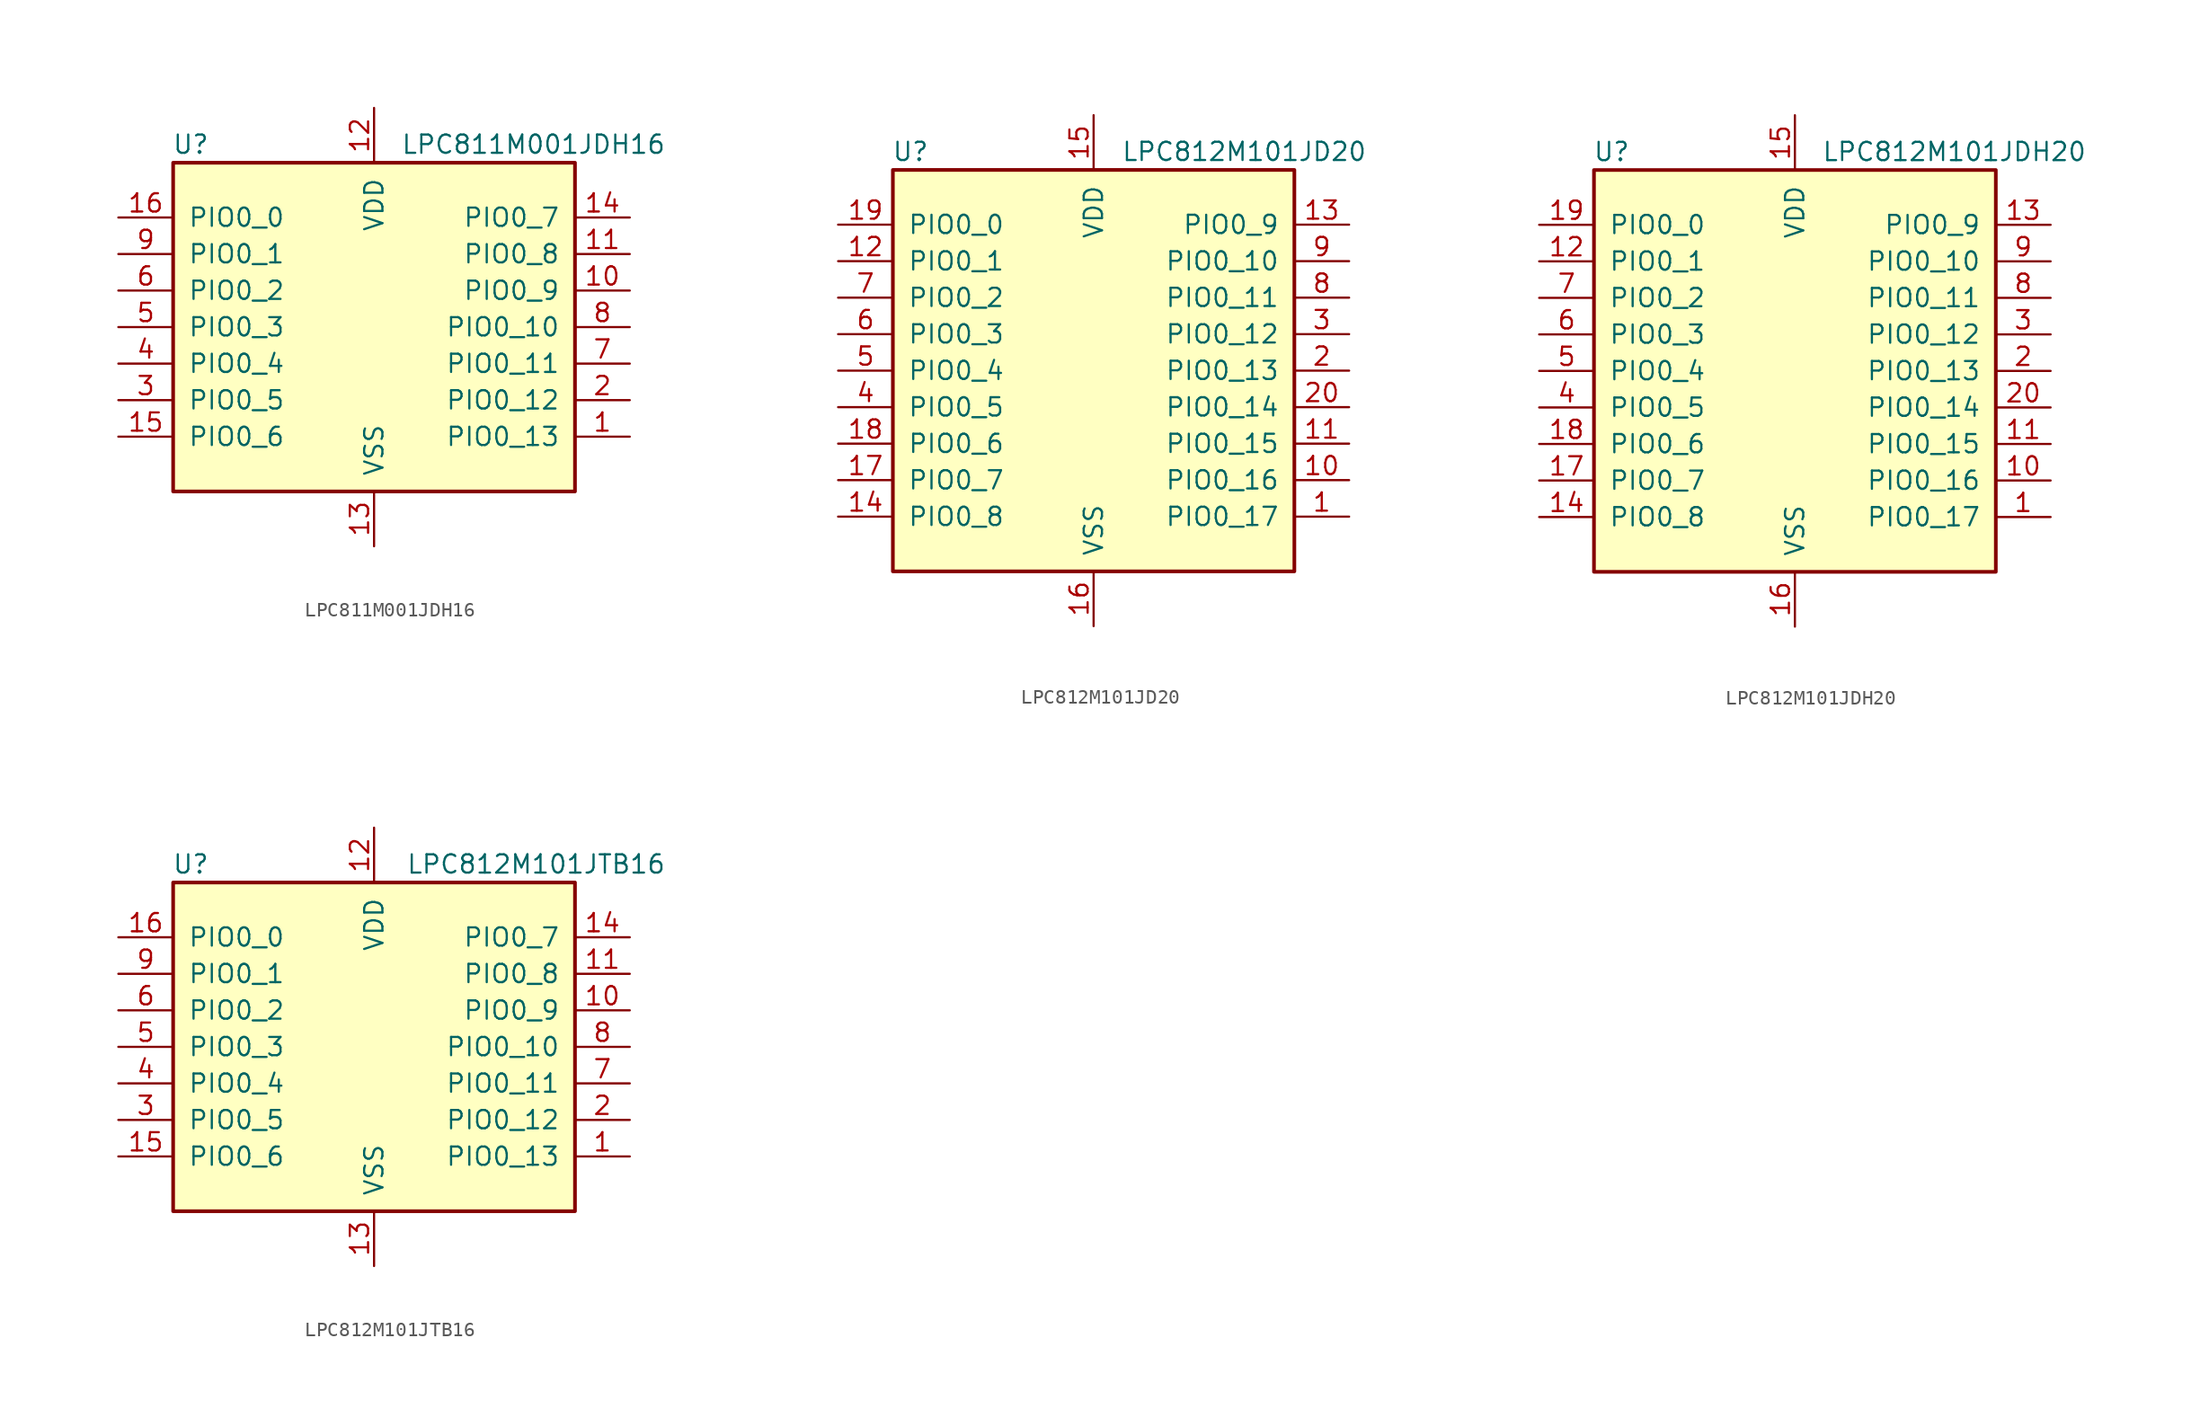
<source format=kicad_sym>
(kicad_symbol_lib
  (version 20201005)
  (generator kicad_symbol_editor)
  (symbol "MCU_NXP_LPC:LPC811M001JDH16"
    (pin_names
      (offset 1.016))
    (property "Reference" "U"
      (at -11.43 12.7 0)
      (effects (font (size 1.27 1.27)) (justify right)))
    (property "Value" "LPC811M001JDH16"
      (at 20.32 12.7 0)
      (effects (font (size 1.27 1.27)) (justify right)))
    (symbol "LPC811M001JDH16_0_1"
      (rectangle (start 13.97 11.43) (end -13.97 -11.43) (stroke (width 0.254)) (fill (type background))))
    (symbol "LPC811M001JDH16_1_1"
      (pin bidirectional line (at 17.78 -7.62 180) (length 3.81) (name "PIO0_13" (effects (font (size 1.27 1.27)))) (number "1" (effects (font (size 1.27 1.27)))))
      (pin bidirectional line (at 17.78 2.54 180) (length 3.81) (name "PIO0_9" (effects (font (size 1.27 1.27)))) (number "10" (effects (font (size 1.27 1.27)))))
      (pin bidirectional line (at 17.78 5.08 180) (length 3.81) (name "PIO0_8" (effects (font (size 1.27 1.27)))) (number "11" (effects (font (size 1.27 1.27)))))
      (pin power_in line (at 0 15.24 270) (length 3.81) (name "VDD" (effects (font (size 1.27 1.27)))) (number "12" (effects (font (size 1.27 1.27)))))
      (pin power_in line (at 0 -15.24 90) (length 3.81) (name "VSS" (effects (font (size 1.27 1.27)))) (number "13" (effects (font (size 1.27 1.27)))))
      (pin bidirectional line (at 17.78 7.62 180) (length 3.81) (name "PIO0_7" (effects (font (size 1.27 1.27)))) (number "14" (effects (font (size 1.27 1.27)))))
      (pin bidirectional line (at -17.78 -7.62 0) (length 3.81) (name "PIO0_6" (effects (font (size 1.27 1.27)))) (number "15" (effects (font (size 1.27 1.27)))))
      (pin bidirectional line (at -17.78 7.62 0) (length 3.81) (name "PIO0_0" (effects (font (size 1.27 1.27)))) (number "16" (effects (font (size 1.27 1.27)))))
      (pin bidirectional line (at 17.78 -5.08 180) (length 3.81) (name "PIO0_12" (effects (font (size 1.27 1.27)))) (number "2" (effects (font (size 1.27 1.27)))))
      (pin bidirectional line (at -17.78 -5.08 0) (length 3.81) (name "PIO0_5" (effects (font (size 1.27 1.27)))) (number "3" (effects (font (size 1.27 1.27)))))
      (pin bidirectional line (at -17.78 -2.54 0) (length 3.81) (name "PIO0_4" (effects (font (size 1.27 1.27)))) (number "4" (effects (font (size 1.27 1.27)))))
      (pin bidirectional line (at -17.78 0 0) (length 3.81) (name "PIO0_3" (effects (font (size 1.27 1.27)))) (number "5" (effects (font (size 1.27 1.27)))))
      (pin bidirectional line (at -17.78 2.54 0) (length 3.81) (name "PIO0_2" (effects (font (size 1.27 1.27)))) (number "6" (effects (font (size 1.27 1.27)))))
      (pin bidirectional line (at 17.78 -2.54 180) (length 3.81) (name "PIO0_11" (effects (font (size 1.27 1.27)))) (number "7" (effects (font (size 1.27 1.27)))))
      (pin bidirectional line (at 17.78 0 180) (length 3.81) (name "PIO0_10" (effects (font (size 1.27 1.27)))) (number "8" (effects (font (size 1.27 1.27)))))
      (pin bidirectional line (at -17.78 5.08 0) (length 3.81) (name "PIO0_1" (effects (font (size 1.27 1.27)))) (number "9" (effects (font (size 1.27 1.27)))))))
  (symbol "MCU_NXP_LPC:LPC812M101JD20"
    (pin_names
      (offset 1.016))
    (property "Reference" "U"
      (at -11.43 15.24 0)
      (effects (font (size 1.27 1.27)) (justify right)))
    (property "Value" "LPC812M101JD20"
      (at 19.05 15.24 0)
      (effects (font (size 1.27 1.27)) (justify right)))
    (symbol "LPC812M101JD20_0_1"
      (rectangle (start 13.97 13.97) (end -13.97 -13.97) (stroke (width 0.254)) (fill (type background))))
    (symbol "LPC812M101JD20_1_1"
      (pin bidirectional line (at 17.78 -10.16 180) (length 3.81) (name "PIO0_17" (effects (font (size 1.27 1.27)))) (number "1" (effects (font (size 1.27 1.27)))))
      (pin bidirectional line (at 17.78 -7.62 180) (length 3.81) (name "PIO0_16" (effects (font (size 1.27 1.27)))) (number "10" (effects (font (size 1.27 1.27)))))
      (pin bidirectional line (at 17.78 -5.08 180) (length 3.81) (name "PIO0_15" (effects (font (size 1.27 1.27)))) (number "11" (effects (font (size 1.27 1.27)))))
      (pin bidirectional line (at -17.78 7.62 0) (length 3.81) (name "PIO0_1" (effects (font (size 1.27 1.27)))) (number "12" (effects (font (size 1.27 1.27)))))
      (pin bidirectional line (at 17.78 10.16 180) (length 3.81) (name "PIO0_9" (effects (font (size 1.27 1.27)))) (number "13" (effects (font (size 1.27 1.27)))))
      (pin bidirectional line (at -17.78 -10.16 0) (length 3.81) (name "PIO0_8" (effects (font (size 1.27 1.27)))) (number "14" (effects (font (size 1.27 1.27)))))
      (pin power_in line (at 0 17.78 270) (length 3.81) (name "VDD" (effects (font (size 1.27 1.27)))) (number "15" (effects (font (size 1.27 1.27)))))
      (pin power_in line (at 0 -17.78 90) (length 3.81) (name "VSS" (effects (font (size 1.27 1.27)))) (number "16" (effects (font (size 1.27 1.27)))))
      (pin bidirectional line (at -17.78 -7.62 0) (length 3.81) (name "PIO0_7" (effects (font (size 1.27 1.27)))) (number "17" (effects (font (size 1.27 1.27)))))
      (pin bidirectional line (at -17.78 -5.08 0) (length 3.81) (name "PIO0_6" (effects (font (size 1.27 1.27)))) (number "18" (effects (font (size 1.27 1.27)))))
      (pin bidirectional line (at -17.78 10.16 0) (length 3.81) (name "PIO0_0" (effects (font (size 1.27 1.27)))) (number "19" (effects (font (size 1.27 1.27)))))
      (pin bidirectional line (at 17.78 0 180) (length 3.81) (name "PIO0_13" (effects (font (size 1.27 1.27)))) (number "2" (effects (font (size 1.27 1.27)))))
      (pin bidirectional line (at 17.78 -2.54 180) (length 3.81) (name "PIO0_14" (effects (font (size 1.27 1.27)))) (number "20" (effects (font (size 1.27 1.27)))))
      (pin bidirectional line (at 17.78 2.54 180) (length 3.81) (name "PIO0_12" (effects (font (size 1.27 1.27)))) (number "3" (effects (font (size 1.27 1.27)))))
      (pin bidirectional line (at -17.78 -2.54 0) (length 3.81) (name "PIO0_5" (effects (font (size 1.27 1.27)))) (number "4" (effects (font (size 1.27 1.27)))))
      (pin bidirectional line (at -17.78 0 0) (length 3.81) (name "PIO0_4" (effects (font (size 1.27 1.27)))) (number "5" (effects (font (size 1.27 1.27)))))
      (pin bidirectional line (at -17.78 2.54 0) (length 3.81) (name "PIO0_3" (effects (font (size 1.27 1.27)))) (number "6" (effects (font (size 1.27 1.27)))))
      (pin bidirectional line (at -17.78 5.08 0) (length 3.81) (name "PIO0_2" (effects (font (size 1.27 1.27)))) (number "7" (effects (font (size 1.27 1.27)))))
      (pin bidirectional line (at 17.78 5.08 180) (length 3.81) (name "PIO0_11" (effects (font (size 1.27 1.27)))) (number "8" (effects (font (size 1.27 1.27)))))
      (pin bidirectional line (at 17.78 7.62 180) (length 3.81) (name "PIO0_10" (effects (font (size 1.27 1.27)))) (number "9" (effects (font (size 1.27 1.27)))))))
  (symbol "MCU_NXP_LPC:LPC812M101JDH20"
    (pin_names
      (offset 1.016))
    (property "Reference" "U"
      (at -11.43 15.24 0)
      (effects (font (size 1.27 1.27)) (justify right)))
    (property "Value" "LPC812M101JDH20"
      (at 20.32 15.24 0)
      (effects (font (size 1.27 1.27)) (justify right)))
    (symbol "LPC812M101JDH20_0_1"
      (rectangle (start 13.97 13.97) (end -13.97 -13.97) (stroke (width 0.254)) (fill (type background))))
    (symbol "LPC812M101JDH20_1_1"
      (pin bidirectional line (at 17.78 -10.16 180) (length 3.81) (name "PIO0_17" (effects (font (size 1.27 1.27)))) (number "1" (effects (font (size 1.27 1.27)))))
      (pin bidirectional line (at 17.78 -7.62 180) (length 3.81) (name "PIO0_16" (effects (font (size 1.27 1.27)))) (number "10" (effects (font (size 1.27 1.27)))))
      (pin bidirectional line (at 17.78 -5.08 180) (length 3.81) (name "PIO0_15" (effects (font (size 1.27 1.27)))) (number "11" (effects (font (size 1.27 1.27)))))
      (pin bidirectional line (at -17.78 7.62 0) (length 3.81) (name "PIO0_1" (effects (font (size 1.27 1.27)))) (number "12" (effects (font (size 1.27 1.27)))))
      (pin bidirectional line (at 17.78 10.16 180) (length 3.81) (name "PIO0_9" (effects (font (size 1.27 1.27)))) (number "13" (effects (font (size 1.27 1.27)))))
      (pin bidirectional line (at -17.78 -10.16 0) (length 3.81) (name "PIO0_8" (effects (font (size 1.27 1.27)))) (number "14" (effects (font (size 1.27 1.27)))))
      (pin power_in line (at 0 17.78 270) (length 3.81) (name "VDD" (effects (font (size 1.27 1.27)))) (number "15" (effects (font (size 1.27 1.27)))))
      (pin power_in line (at 0 -17.78 90) (length 3.81) (name "VSS" (effects (font (size 1.27 1.27)))) (number "16" (effects (font (size 1.27 1.27)))))
      (pin bidirectional line (at -17.78 -7.62 0) (length 3.81) (name "PIO0_7" (effects (font (size 1.27 1.27)))) (number "17" (effects (font (size 1.27 1.27)))))
      (pin bidirectional line (at -17.78 -5.08 0) (length 3.81) (name "PIO0_6" (effects (font (size 1.27 1.27)))) (number "18" (effects (font (size 1.27 1.27)))))
      (pin bidirectional line (at -17.78 10.16 0) (length 3.81) (name "PIO0_0" (effects (font (size 1.27 1.27)))) (number "19" (effects (font (size 1.27 1.27)))))
      (pin bidirectional line (at 17.78 0 180) (length 3.81) (name "PIO0_13" (effects (font (size 1.27 1.27)))) (number "2" (effects (font (size 1.27 1.27)))))
      (pin bidirectional line (at 17.78 -2.54 180) (length 3.81) (name "PIO0_14" (effects (font (size 1.27 1.27)))) (number "20" (effects (font (size 1.27 1.27)))))
      (pin bidirectional line (at 17.78 2.54 180) (length 3.81) (name "PIO0_12" (effects (font (size 1.27 1.27)))) (number "3" (effects (font (size 1.27 1.27)))))
      (pin bidirectional line (at -17.78 -2.54 0) (length 3.81) (name "PIO0_5" (effects (font (size 1.27 1.27)))) (number "4" (effects (font (size 1.27 1.27)))))
      (pin bidirectional line (at -17.78 0 0) (length 3.81) (name "PIO0_4" (effects (font (size 1.27 1.27)))) (number "5" (effects (font (size 1.27 1.27)))))
      (pin bidirectional line (at -17.78 2.54 0) (length 3.81) (name "PIO0_3" (effects (font (size 1.27 1.27)))) (number "6" (effects (font (size 1.27 1.27)))))
      (pin bidirectional line (at -17.78 5.08 0) (length 3.81) (name "PIO0_2" (effects (font (size 1.27 1.27)))) (number "7" (effects (font (size 1.27 1.27)))))
      (pin bidirectional line (at 17.78 5.08 180) (length 3.81) (name "PIO0_11" (effects (font (size 1.27 1.27)))) (number "8" (effects (font (size 1.27 1.27)))))
      (pin bidirectional line (at 17.78 7.62 180) (length 3.81) (name "PIO0_10" (effects (font (size 1.27 1.27)))) (number "9" (effects (font (size 1.27 1.27)))))))
  (symbol "MCU_NXP_LPC:LPC812M101JTB16"
    (pin_names
      (offset 1.016))
    (property "Reference" "U"
      (at -11.43 12.7 0)
      (effects (font (size 1.27 1.27)) (justify right)))
    (property "Value" "LPC812M101JTB16"
      (at 20.32 12.7 0)
      (effects (font (size 1.27 1.27)) (justify right)))
    (symbol "LPC812M101JTB16_0_1"
      (rectangle (start 13.97 11.43) (end -13.97 -11.43) (stroke (width 0.254)) (fill (type background))))
    (symbol "LPC812M101JTB16_1_1"
      (pin bidirectional line (at 17.78 -7.62 180) (length 3.81) (name "PIO0_13" (effects (font (size 1.27 1.27)))) (number "1" (effects (font (size 1.27 1.27)))))
      (pin bidirectional line (at 17.78 2.54 180) (length 3.81) (name "PIO0_9" (effects (font (size 1.27 1.27)))) (number "10" (effects (font (size 1.27 1.27)))))
      (pin bidirectional line (at 17.78 5.08 180) (length 3.81) (name "PIO0_8" (effects (font (size 1.27 1.27)))) (number "11" (effects (font (size 1.27 1.27)))))
      (pin power_in line (at 0 15.24 270) (length 3.81) (name "VDD" (effects (font (size 1.27 1.27)))) (number "12" (effects (font (size 1.27 1.27)))))
      (pin power_in line (at 0 -15.24 90) (length 3.81) (name "VSS" (effects (font (size 1.27 1.27)))) (number "13" (effects (font (size 1.27 1.27)))))
      (pin bidirectional line (at 17.78 7.62 180) (length 3.81) (name "PIO0_7" (effects (font (size 1.27 1.27)))) (number "14" (effects (font (size 1.27 1.27)))))
      (pin bidirectional line (at -17.78 -7.62 0) (length 3.81) (name "PIO0_6" (effects (font (size 1.27 1.27)))) (number "15" (effects (font (size 1.27 1.27)))))
      (pin bidirectional line (at -17.78 7.62 0) (length 3.81) (name "PIO0_0" (effects (font (size 1.27 1.27)))) (number "16" (effects (font (size 1.27 1.27)))))
      (pin bidirectional line (at 17.78 -5.08 180) (length 3.81) (name "PIO0_12" (effects (font (size 1.27 1.27)))) (number "2" (effects (font (size 1.27 1.27)))))
      (pin bidirectional line (at -17.78 -5.08 0) (length 3.81) (name "PIO0_5" (effects (font (size 1.27 1.27)))) (number "3" (effects (font (size 1.27 1.27)))))
      (pin bidirectional line (at -17.78 -2.54 0) (length 3.81) (name "PIO0_4" (effects (font (size 1.27 1.27)))) (number "4" (effects (font (size 1.27 1.27)))))
      (pin bidirectional line (at -17.78 0 0) (length 3.81) (name "PIO0_3" (effects (font (size 1.27 1.27)))) (number "5" (effects (font (size 1.27 1.27)))))
      (pin bidirectional line (at -17.78 2.54 0) (length 3.81) (name "PIO0_2" (effects (font (size 1.27 1.27)))) (number "6" (effects (font (size 1.27 1.27)))))
      (pin bidirectional line (at 17.78 -2.54 180) (length 3.81) (name "PIO0_11" (effects (font (size 1.27 1.27)))) (number "7" (effects (font (size 1.27 1.27)))))
      (pin bidirectional line (at 17.78 0 180) (length 3.81) (name "PIO0_10" (effects (font (size 1.27 1.27)))) (number "8" (effects (font (size 1.27 1.27)))))
      (pin bidirectional line (at -17.78 5.08 0) (length 3.81) (name "PIO0_1" (effects (font (size 1.27 1.27)))) (number "9" (effects (font (size 1.27 1.27))))))))
</source>
